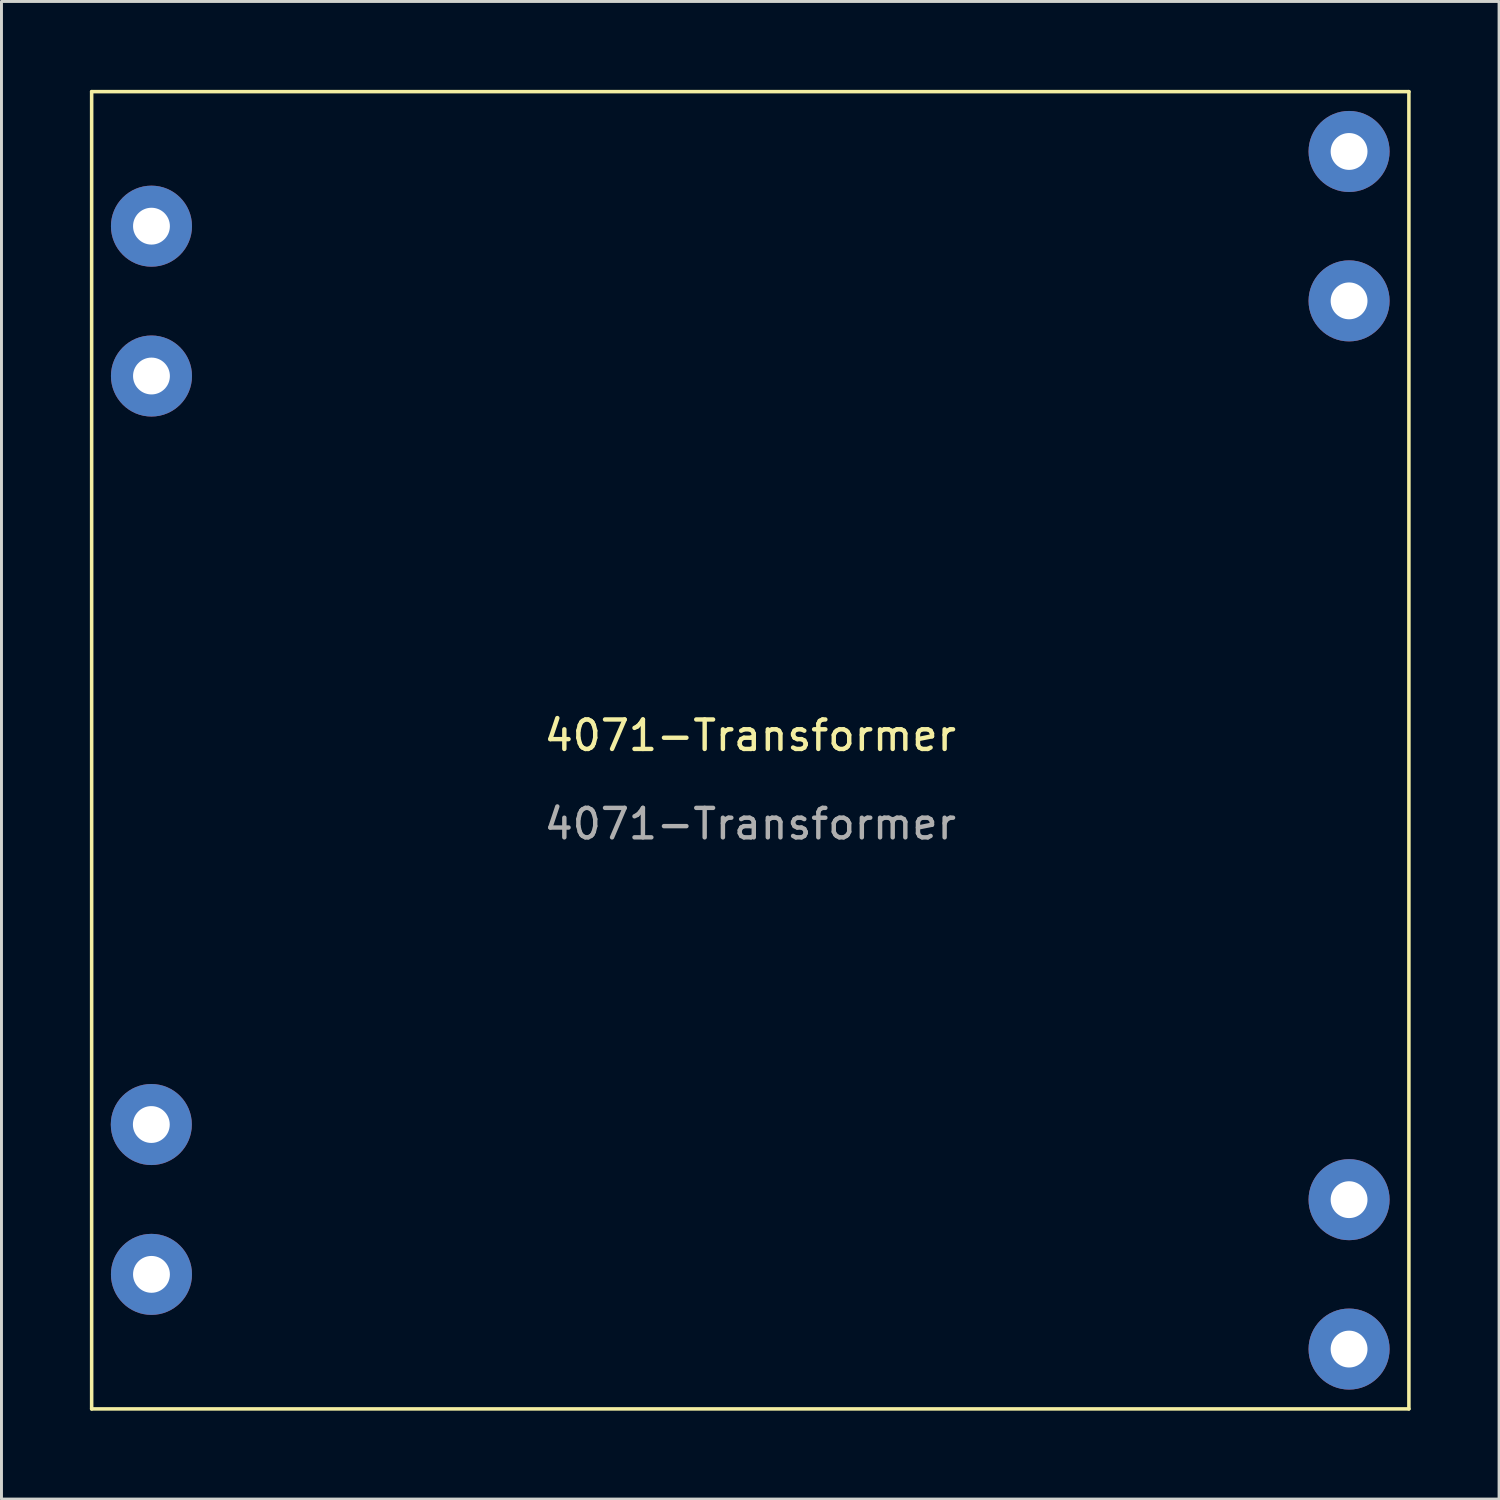
<source format=kicad_pcb>
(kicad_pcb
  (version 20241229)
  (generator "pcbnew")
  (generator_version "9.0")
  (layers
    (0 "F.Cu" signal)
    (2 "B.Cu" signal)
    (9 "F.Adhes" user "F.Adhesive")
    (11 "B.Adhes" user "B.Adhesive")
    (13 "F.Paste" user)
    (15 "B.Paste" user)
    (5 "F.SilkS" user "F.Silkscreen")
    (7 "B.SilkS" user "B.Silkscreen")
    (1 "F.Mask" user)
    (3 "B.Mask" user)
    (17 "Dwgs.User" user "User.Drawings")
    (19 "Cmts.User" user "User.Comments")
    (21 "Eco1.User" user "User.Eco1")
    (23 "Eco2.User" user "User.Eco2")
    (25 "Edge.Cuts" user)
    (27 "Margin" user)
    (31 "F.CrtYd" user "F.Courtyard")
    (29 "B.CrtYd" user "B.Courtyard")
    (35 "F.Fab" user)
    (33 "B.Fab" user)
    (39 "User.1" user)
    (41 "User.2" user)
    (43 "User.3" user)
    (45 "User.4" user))
  (footprint "4071-Transformer"
    (layer "F.Cu")
    (at 22.41 22.41)
    (property "Reference" "4071-Transformer" (at 0 -0.5 0) (unlocked yes) (layer "F.SilkS") (effects (font (size 1 1) (thickness 0.15))))
    (attr through_hole)
    (fp_line (start -22.35 -22.35) (end -22.35 22.35) (stroke (width 0.12) (type default)) (layer "F.SilkS"))
    (fp_line (start -22.35 22.35) (end 22.35 22.35) (stroke (width 0.12) (type default)) (layer "F.SilkS"))
    (fp_line (start 22.35 -22.35) (end -22.35 -22.35) (stroke (width 0.12) (type default)) (layer "F.SilkS"))
    (fp_line (start 22.35 22.35) (end 22.35 -22.35) (stroke (width 0.12) (type default)) (layer "F.SilkS"))
    (fp_text user "${REFERENCE}" (at 0 2.5 0) (unlocked yes) (layer "F.Fab") (effects (font (size 1 1) (thickness 0.15))))
    (pad "3" thru_hole circle (at -20.32 -17.785) (size 2.75 2.75) (drill 1.25) (layers "*.Cu" "*.Mask"))
    (pad "4" thru_hole circle (at -20.32 -12.7) (size 2.75 2.75) (drill 1.25) (layers "*.Cu" "*.Mask"))
    (pad "5" thru_hole circle (at -20.325 12.7) (size 2.75 2.75) (drill 1.25) (layers "*.Cu" "*.Mask"))
    (pad "6" thru_hole circle (at -20.32 17.785) (size 2.75 2.75) (drill 1.25) (layers "*.Cu" "*.Mask"))
    (pad "11" thru_hole circle (at 20.32 20.32) (size 2.75 2.75) (drill 1.25) (layers "*.Cu" "*.Mask"))
    (pad "12" thru_hole circle (at 20.32 15.25) (size 2.75 2.75) (drill 1.25) (layers "*.Cu" "*.Mask"))
    (pad "13" thru_hole circle (at 20.32 -15.25) (size 2.75 2.75) (drill 1.25) (layers "*.Cu" "*.Mask"))
    (pad "14" thru_hole circle (at 20.32 -20.32) (size 2.75 2.75) (drill 1.25) (layers "*.Cu" "*.Mask")))
  (gr_rect
    (start -3 -3)
    (end 47.82 47.82)
    (stroke (width 0.1) (type default))
    (fill no)
    (layer "Edge.Cuts")))
</source>
